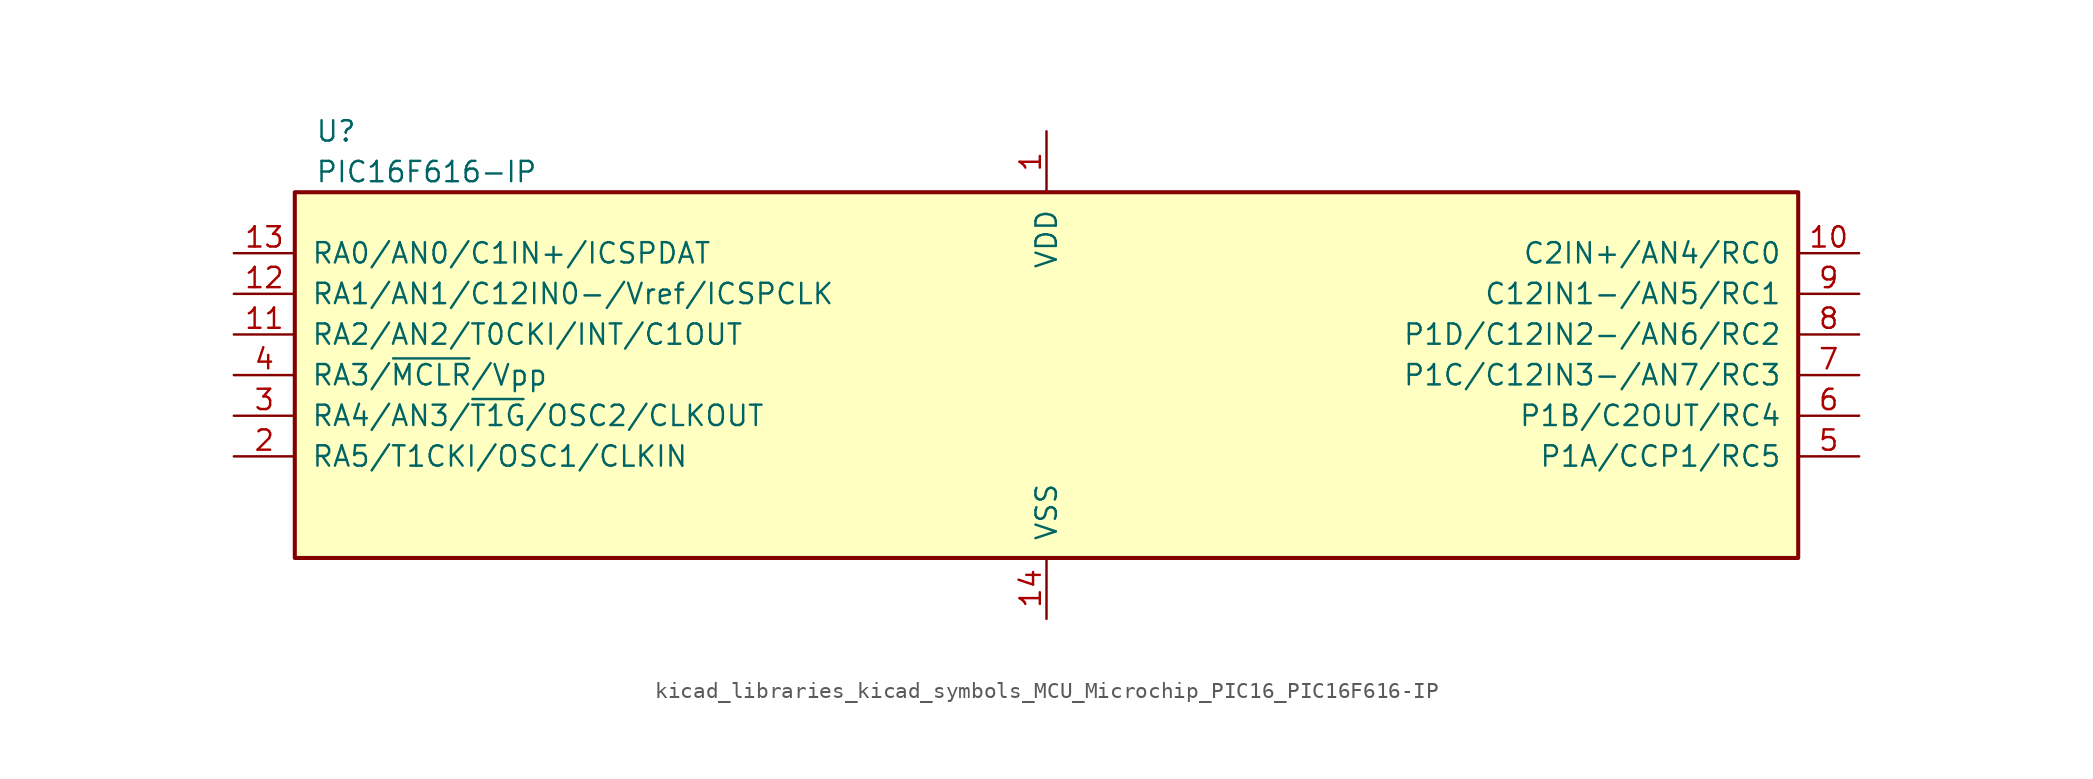
<source format=kicad_sym>
(kicad_symbol_lib
  (version 20220914)
  (generator kicad_symbol_editor)
  (symbol "kicad_libraries_kicad_symbols_MCU_Microchip_PIC16_PIC16F616-IP"
    (pin_names
      (offset 1.016))
    (property "Reference" "U"
      (at -45.72 15.24 0)
      (effects (font (size 1.27 1.27)) (justify left)))
    (property "Value" "PIC16F616-IP"
      (at -45.72 12.7 0)
      (effects (font (size 1.27 1.27)) (justify left)))
    (symbol "kicad_libraries_kicad_symbols_MCU_Microchip_PIC16_PIC16F616-IP_0_1"
      (rectangle (start -46.99 11.43) (end 46.99 -11.43) (stroke (width 0.254) (type default)) (fill (type background))))
    (symbol "kicad_libraries_kicad_symbols_MCU_Microchip_PIC16_PIC16F616-IP_1_1"
      (pin power_in line (at 0 15.24 270) (length 3.81) (name "VDD" (effects (font (size 1.27 1.27)))) (number "1" (effects (font (size 1.27 1.27)))))
      (pin bidirectional line (at 50.8 7.62 180) (length 3.81) (name "C2IN+/AN4/RC0" (effects (font (size 1.27 1.27)))) (number "10" (effects (font (size 1.27 1.27)))))
      (pin bidirectional line (at -50.8 2.54 0) (length 3.81) (name "RA2/AN2/T0CKI/INT/C1OUT" (effects (font (size 1.27 1.27)))) (number "11" (effects (font (size 1.27 1.27)))))
      (pin bidirectional line (at -50.8 5.08 0) (length 3.81) (name "RA1/AN1/C12IN0-/Vref/ICSPCLK" (effects (font (size 1.27 1.27)))) (number "12" (effects (font (size 1.27 1.27)))))
      (pin bidirectional line (at -50.8 7.62 0) (length 3.81) (name "RA0/AN0/C1IN+/ICSPDAT" (effects (font (size 1.27 1.27)))) (number "13" (effects (font (size 1.27 1.27)))))
      (pin power_in line (at 0 -15.24 90) (length 3.81) (name "VSS" (effects (font (size 1.27 1.27)))) (number "14" (effects (font (size 1.27 1.27)))))
      (pin bidirectional line (at -50.8 -5.08 0) (length 3.81) (name "RA5/T1CKI/OSC1/CLKIN" (effects (font (size 1.27 1.27)))) (number "2" (effects (font (size 1.27 1.27)))))
      (pin bidirectional line (at -50.8 -2.54 0) (length 3.81) (name "RA4/AN3/~{T1G}/OSC2/CLKOUT" (effects (font (size 1.27 1.27)))) (number "3" (effects (font (size 1.27 1.27)))))
      (pin input line (at -50.8 0 0) (length 3.81) (name "RA3/~{MCLR}/Vpp" (effects (font (size 1.27 1.27)))) (number "4" (effects (font (size 1.27 1.27)))))
      (pin bidirectional line (at 50.8 -5.08 180) (length 3.81) (name "P1A/CCP1/RC5" (effects (font (size 1.27 1.27)))) (number "5" (effects (font (size 1.27 1.27)))))
      (pin bidirectional line (at 50.8 -2.54 180) (length 3.81) (name "P1B/C2OUT/RC4" (effects (font (size 1.27 1.27)))) (number "6" (effects (font (size 1.27 1.27)))))
      (pin bidirectional line (at 50.8 0 180) (length 3.81) (name "P1C/C12IN3-/AN7/RC3" (effects (font (size 1.27 1.27)))) (number "7" (effects (font (size 1.27 1.27)))))
      (pin bidirectional line (at 50.8 2.54 180) (length 3.81) (name "P1D/C12IN2-/AN6/RC2" (effects (font (size 1.27 1.27)))) (number "8" (effects (font (size 1.27 1.27)))))
      (pin bidirectional line (at 50.8 5.08 180) (length 3.81) (name "C12IN1-/AN5/RC1" (effects (font (size 1.27 1.27)))) (number "9" (effects (font (size 1.27 1.27))))))))
</source>
